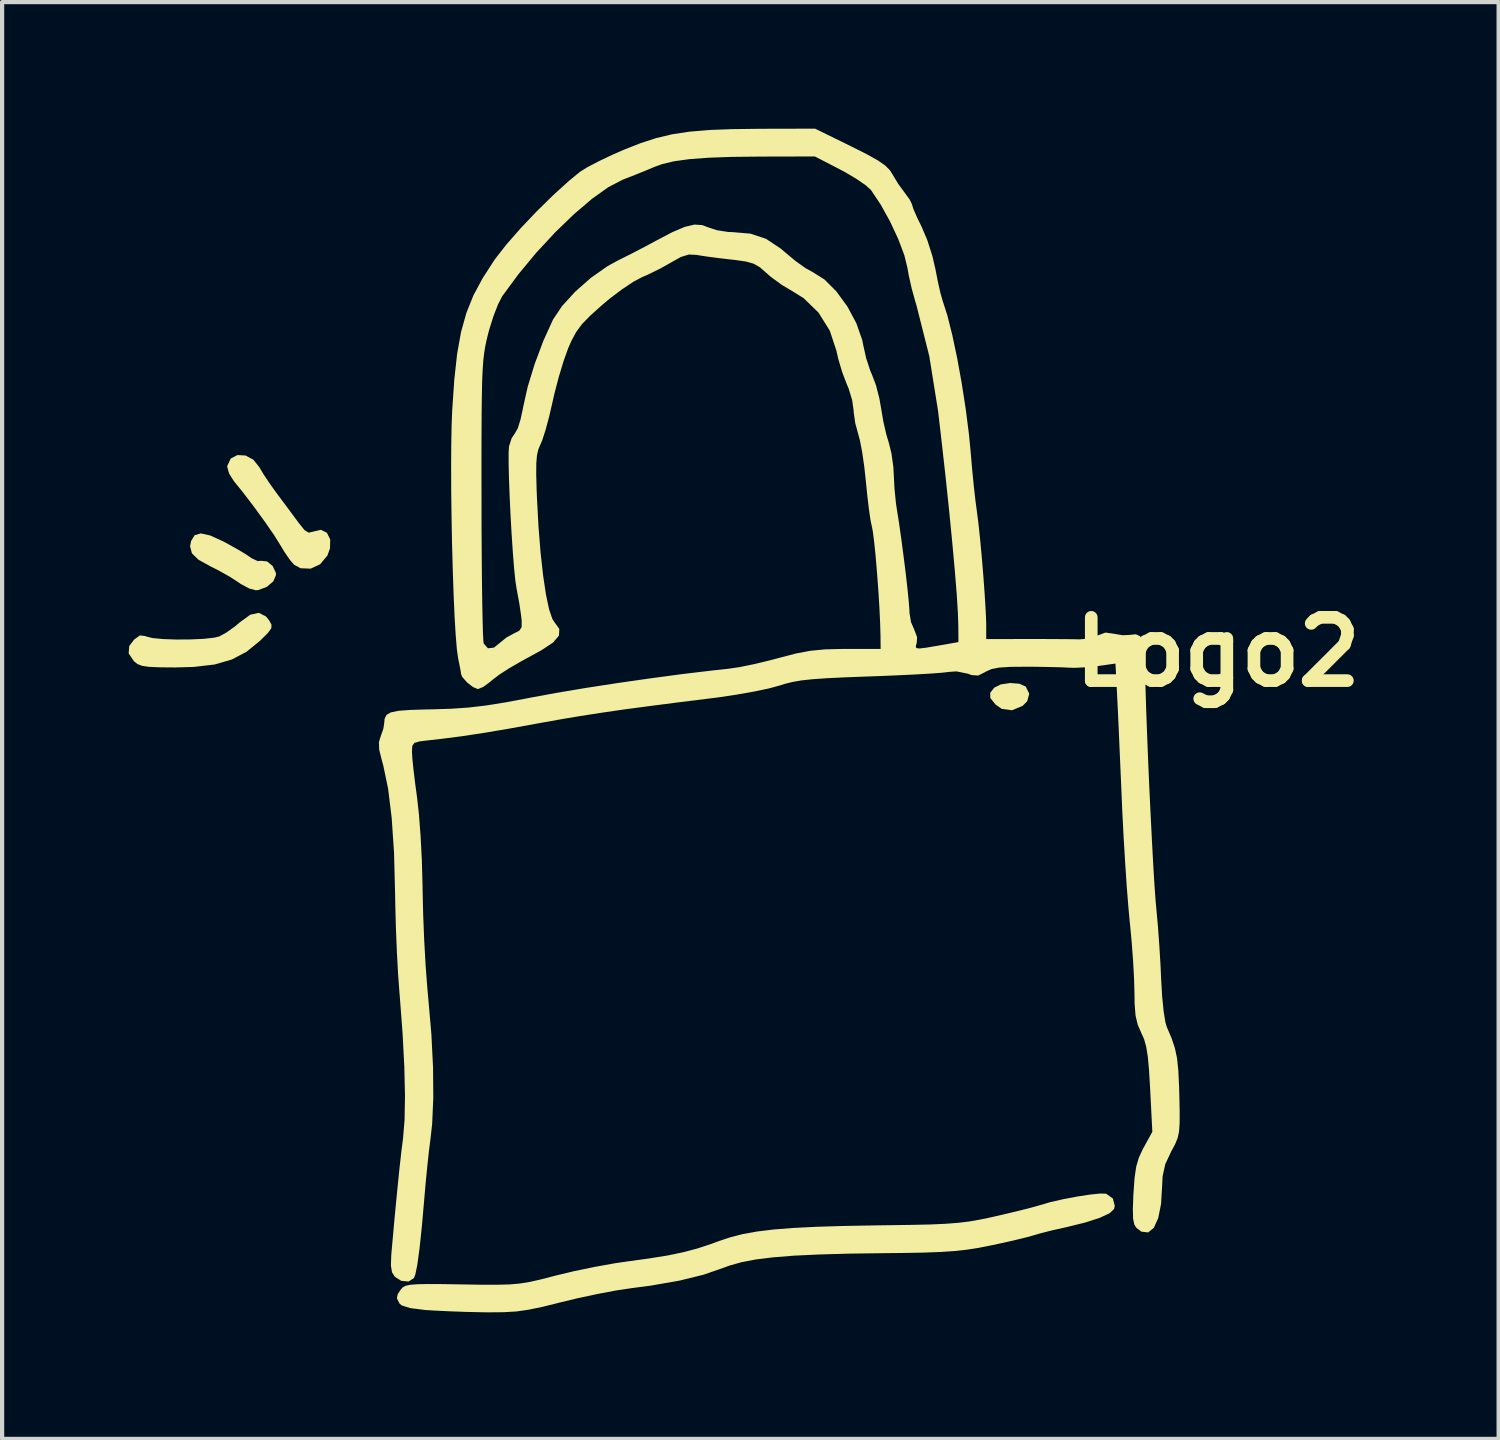
<source format=kicad_pcb>
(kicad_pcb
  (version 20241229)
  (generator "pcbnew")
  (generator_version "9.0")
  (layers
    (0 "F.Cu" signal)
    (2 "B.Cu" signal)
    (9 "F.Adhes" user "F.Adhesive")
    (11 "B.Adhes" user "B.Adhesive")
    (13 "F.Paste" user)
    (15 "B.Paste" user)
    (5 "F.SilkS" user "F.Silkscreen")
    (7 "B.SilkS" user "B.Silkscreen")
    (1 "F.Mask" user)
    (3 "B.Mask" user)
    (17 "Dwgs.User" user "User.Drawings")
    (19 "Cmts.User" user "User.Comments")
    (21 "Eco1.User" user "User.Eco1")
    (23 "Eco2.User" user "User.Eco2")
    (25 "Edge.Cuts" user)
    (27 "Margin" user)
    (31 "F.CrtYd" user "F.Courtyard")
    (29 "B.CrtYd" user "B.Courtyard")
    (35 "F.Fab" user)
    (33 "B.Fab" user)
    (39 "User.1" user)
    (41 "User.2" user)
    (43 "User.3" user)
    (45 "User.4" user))
  (footprint "Logo2"
    (layer "F.Cu")
    (at 25.82 12.407)
    (property "Reference" "Logo2" (at 0 0 0) (layer "F.SilkS") (effects (font (size 1.5 1.5) (thickness 0.3))))
    (attr board_only exclude_from_pos_files exclude_from_bom)
    (fp_poly (pts (xy -4.703 0.752) (xy -4.553 0.82) (xy -4.47 0.989) (xy -4.518 1.167) (xy -4.628 1.277) (xy -4.88 1.381) (xy -5.122 1.348) (xy -5.27 1.244) (xy -5.393 1.091) (xy -5.395 0.967) (xy -5.302 0.847) (xy -5.145 0.768) (xy -4.923 0.735)) (stroke (width 0) (type solid)) (fill yes) (layer "F.SilkS"))
    (fp_poly (pts (xy -23.885 -2.762) (xy -23.568 -2.617) (xy -23.522 -2.592) (xy -23.265 -2.45) (xy -23.048 -2.321) (xy -22.913 -2.23) (xy -22.904 -2.222) (xy -22.761 -2.156) (xy -22.675 -2.162) (xy -22.537 -2.147) (xy -22.406 -2.038) (xy -22.331 -1.879) (xy -22.326 -1.829) (xy -22.39 -1.676) (xy -22.547 -1.543) (xy -22.745 -1.469) (xy -22.807 -1.464) (xy -22.963 -1.506) (xy -23.159 -1.611) (xy -23.212 -1.648) (xy -23.418 -1.782) (xy -23.689 -1.934) (xy -23.882 -2.031) (xy -24.165 -2.188) (xy -24.32 -2.339) (xy -24.364 -2.504) (xy -24.34 -2.631) (xy -24.256 -2.769) (xy -24.109 -2.812)) (stroke (width 0) (type solid)) (fill yes) (layer "F.SilkS"))
    (fp_poly (pts (xy -23.052 -4.659) (xy -22.864 -4.559) (xy -22.724 -4.384) (xy -22.619 -4.208) (xy -22.46 -3.971) (xy -22.296 -3.744) (xy -22.102 -3.485) (xy -21.912 -3.228) (xy -21.785 -3.056) (xy -21.65 -2.889) (xy -21.551 -2.829) (xy -21.451 -2.853) (xy -21.449 -2.854) (xy -21.261 -2.897) (xy -21.12 -2.826) (xy -21.042 -2.669) (xy -21.047 -2.456) (xy -21.109 -2.286) (xy -21.281 -2.08) (xy -21.507 -1.976) (xy -21.745 -1.986) (xy -21.897 -2.068) (xy -21.996 -2.182) (xy -22.127 -2.373) (xy -22.208 -2.508) (xy -22.368 -2.765) (xy -22.595 -3.094) (xy -22.858 -3.455) (xy -23.129 -3.809) (xy -23.328 -4.054) (xy -23.439 -4.232) (xy -23.484 -4.393) (xy -23.482 -4.413) (xy -23.4 -4.587) (xy -23.243 -4.669)) (stroke (width 0) (type solid)) (fill yes) (layer "F.SilkS"))
    (fp_poly (pts (xy -22.563 -0.841) (xy -22.488 -0.748) (xy -22.434 -0.649) (xy -22.438 -0.563) (xy -22.517 -0.454) (xy -22.686 -0.285) (xy -22.702 -0.27) (xy -23.024 -0.007) (xy -23.375 0.178) (xy -23.783 0.296) (xy -24.28 0.354) (xy -24.711 0.366) (xy -25.081 0.363) (xy -25.334 0.352) (xy -25.5 0.328) (xy -25.608 0.287) (xy -25.689 0.224) (xy -25.693 0.22) (xy -25.82 0.034) (xy -25.806 -0.143) (xy -25.691 -0.294) (xy -25.553 -0.394) (xy -25.424 -0.378) (xy -25.403 -0.368) (xy -25.256 -0.331) (xy -25.005 -0.307) (xy -24.691 -0.296) (xy -24.357 -0.298) (xy -24.044 -0.312) (xy -23.793 -0.34) (xy -23.672 -0.369) (xy -23.499 -0.464) (xy -23.287 -0.617) (xy -23.186 -0.703) (xy -22.937 -0.884) (xy -22.733 -0.929)) (stroke (width 0) (type solid)) (fill yes) (layer "F.SilkS"))
    (fp_poly (pts (xy -2.649 12.842) (xy -2.644 12.844) (xy -2.488 12.956) (xy -2.442 13.13) (xy -2.459 13.204) (xy -2.565 13.305) (xy -2.8 13.414) (xy -3.146 13.526) (xy -3.586 13.634) (xy -3.623 13.642) (xy -3.916 13.708) (xy -4.182 13.774) (xy -4.355 13.825) (xy -4.516 13.87) (xy -4.781 13.935) (xy -5.109 14.01) (xy -5.38 14.068) (xy -5.673 14.126) (xy -5.95 14.169) (xy -6.24 14.201) (xy -6.571 14.223) (xy -6.973 14.238) (xy -7.473 14.247) (xy -7.869 14.251) (xy -8.72 14.262) (xy -9.439 14.282) (xy -10.041 14.31) (xy -10.541 14.35) (xy -10.954 14.401) (xy -11.293 14.466) (xy -11.574 14.545) (xy -11.707 14.594) (xy -12.192 14.762) (xy -12.761 14.902) (xy -13.437 15.02) (xy -13.908 15.082) (xy -14.259 15.135) (xy -14.695 15.217) (xy -15.158 15.315) (xy -15.572 15.415) (xy -15.998 15.521) (xy -16.332 15.591) (xy -16.625 15.633) (xy -16.925 15.651) (xy -17.282 15.654) (xy -17.402 15.653) (xy -17.81 15.644) (xy -18.228 15.629) (xy -18.597 15.611) (xy -18.797 15.598) (xy -19.143 15.554) (xy -19.347 15.49) (xy -19.399 15.445) (xy -19.461 15.323) (xy -19.442 15.223) (xy -19.367 15.111) (xy -19.321 15.061) (xy -19.256 15.025) (xy -19.148 15.001) (xy -18.978 14.988) (xy -18.724 14.983) (xy -18.364 14.985) (xy -17.921 14.992) (xy -17.441 15) (xy -17.073 15) (xy -16.786 14.992) (xy -16.544 14.971) (xy -16.316 14.934) (xy -16.066 14.878) (xy -15.763 14.8) (xy -15.711 14.786) (xy -15.266 14.679) (xy -14.767 14.576) (xy -14.289 14.49) (xy -14.028 14.452) (xy -13.477 14.376) (xy -13.035 14.305) (xy -12.667 14.228) (xy -12.336 14.14) (xy -12.005 14.031) (xy -11.822 13.963) (xy -11.554 13.874) (xy -11.262 13.799) (xy -10.929 13.739) (xy -10.537 13.691) (xy -10.07 13.654) (xy -9.511 13.626) (xy -8.844 13.606) (xy -8.051 13.592) (xy -7.832 13.589) (xy -7.263 13.581) (xy -6.812 13.571) (xy -6.451 13.555) (xy -6.154 13.532) (xy -5.891 13.5) (xy -5.634 13.455) (xy -5.357 13.397) (xy -5.27 13.377) (xy -4.915 13.294) (xy -4.592 13.215) (xy -4.34 13.149) (xy -4.209 13.111) (xy -3.964 13.04) (xy -3.66 12.971) (xy -3.337 12.91) (xy -3.034 12.863) (xy -2.792 12.838)) (stroke (width 0) (type solid)) (fill yes) (layer "F.SilkS"))
    (fp_poly (pts (xy -8.693 -11.988) (xy -8.319 -11.8) (xy -8.057 -11.653) (xy -7.883 -11.532) (xy -7.772 -11.42) (xy -7.715 -11.329) (xy -7.575 -11.096) (xy -7.419 -10.883) (xy -7.305 -10.727) (xy -7.248 -10.611) (xy -7.247 -10.599) (xy -7.215 -10.499) (xy -7.133 -10.31) (xy -7.018 -10.074) (xy -6.885 -9.76) (xy -6.766 -9.387) (xy -6.694 -9.075) (xy -6.636 -8.779) (xy -6.577 -8.516) (xy -6.527 -8.34) (xy -6.524 -8.331) (xy -6.411 -7.978) (xy -6.294 -7.512) (xy -6.178 -6.964) (xy -6.07 -6.367) (xy -5.975 -5.754) (xy -5.899 -5.157) (xy -5.858 -4.73) (xy -5.823 -4.324) (xy -5.783 -3.923) (xy -5.744 -3.576) (xy -5.712 -3.34) (xy -5.677 -3.069) (xy -5.637 -2.696) (xy -5.596 -2.26) (xy -5.558 -1.801) (xy -5.526 -1.357) (xy -5.502 -0.968) (xy -5.49 -0.674) (xy -5.49 -0.611) (xy -5.49 -0.307) (xy -4.52 -0.308) (xy -4.13 -0.308) (xy -3.769 -0.306) (xy -3.473 -0.304) (xy -3.283 -0.3) (xy -3.272 -0.3) (xy -3.046 -0.32) (xy -2.861 -0.383) (xy -2.844 -0.394) (xy -2.663 -0.461) (xy -2.47 -0.434) (xy -2.26 -0.398) (xy -2.092 -0.405) (xy -1.943 -0.421) (xy -1.84 -0.373) (xy -1.776 -0.241) (xy -1.74 -0.005) (xy -1.724 0.354) (xy -1.723 0.414) (xy -1.714 0.845) (xy -1.698 1.366) (xy -1.676 1.952) (xy -1.651 2.581) (xy -1.623 3.228) (xy -1.592 3.868) (xy -1.561 4.479) (xy -1.531 5.035) (xy -1.502 5.514) (xy -1.475 5.89) (xy -1.455 6.112) (xy -1.42 6.498) (xy -1.386 6.964) (xy -1.357 7.442) (xy -1.343 7.759) (xy -1.319 8.173) (xy -1.283 8.525) (xy -1.241 8.784) (xy -1.207 8.895) (xy -1.094 9.159) (xy -1.017 9.391) (xy -0.966 9.632) (xy -0.936 9.921) (xy -0.918 10.299) (xy -0.912 10.504) (xy -0.904 10.895) (xy -0.905 11.173) (xy -0.919 11.371) (xy -0.952 11.522) (xy -1.008 11.66) (xy -1.092 11.818) (xy -1.104 11.839) (xy -1.246 12.143) (xy -1.309 12.432) (xy -1.319 12.644) (xy -1.345 13.083) (xy -1.413 13.422) (xy -1.517 13.651) (xy -1.652 13.76) (xy -1.812 13.741) (xy -1.929 13.652) (xy -1.98 13.57) (xy -2.008 13.433) (xy -2.014 13.212) (xy -2.002 12.877) (xy -1.999 12.829) (xy -1.973 12.464) (xy -1.934 12.199) (xy -1.872 11.988) (xy -1.778 11.784) (xy -1.756 11.745) (xy -1.552 11.375) (xy -1.604 10.354) (xy -1.63 9.916) (xy -1.659 9.595) (xy -1.697 9.359) (xy -1.747 9.179) (xy -1.816 9.025) (xy -1.9 8.831) (xy -1.95 8.618) (xy -1.972 8.34) (xy -1.976 8.073) (xy -1.985 7.747) (xy -2.008 7.328) (xy -2.042 6.87) (xy -2.084 6.425) (xy -2.087 6.405) (xy -2.121 6.034) (xy -2.159 5.552) (xy -2.196 4.995) (xy -2.232 4.399) (xy -2.263 3.801) (xy -2.277 3.477) (xy -2.301 2.921) (xy -2.325 2.376) (xy -2.347 1.869) (xy -2.367 1.431) (xy -2.384 1.089) (xy -2.392 0.924) (xy -2.426 0.274) (xy -2.842 0.332) (xy -3.126 0.362) (xy -3.395 0.375) (xy -3.514 0.372) (xy -3.696 0.363) (xy -3.979 0.356) (xy -4.319 0.35) (xy -4.543 0.349) (xy -4.919 0.352) (xy -5.182 0.369) (xy -5.362 0.404) (xy -5.492 0.46) (xy -5.513 0.474) (xy -5.68 0.558) (xy -5.834 0.547) (xy -5.929 0.513) (xy -6.197 0.459) (xy -6.386 0.473) (xy -6.527 0.49) (xy -6.791 0.51) (xy -7.15 0.531) (xy -7.582 0.552) (xy -8.061 0.572) (xy -8.271 0.579) (xy -8.831 0.6) (xy -9.269 0.621) (xy -9.607 0.645) (xy -9.871 0.673) (xy -10.083 0.71) (xy -10.267 0.756) (xy -10.394 0.796) (xy -10.64 0.863) (xy -10.991 0.937) (xy -11.406 1.01) (xy -11.845 1.076) (xy -12.005 1.096) (xy -12.819 1.197) (xy -13.513 1.287) (xy -14.112 1.367) (xy -14.64 1.444) (xy -15.123 1.519) (xy -15.586 1.597) (xy -16.054 1.681) (xy -16.104 1.69) (xy -16.815 1.819) (xy -17.416 1.92) (xy -17.938 1.999) (xy -18.415 2.06) (xy -18.684 2.09) (xy -18.92 2.118) (xy -19.046 2.155) (xy -19.096 2.224) (xy -19.104 2.349) (xy -19.104 2.366) (xy -19.094 2.532) (xy -19.066 2.802) (xy -19.025 3.138) (xy -18.984 3.44) (xy -18.938 3.853) (xy -18.899 4.368) (xy -18.869 4.942) (xy -18.853 5.531) (xy -18.851 5.673) (xy -18.838 6.222) (xy -18.814 6.826) (xy -18.78 7.429) (xy -18.739 7.973) (xy -18.715 8.235) (xy -18.643 9.067) (xy -18.604 9.853) (xy -18.598 10.568) (xy -18.625 11.186) (xy -18.665 11.546) (xy -18.701 11.827) (xy -18.741 12.2) (xy -18.781 12.611) (xy -18.808 12.92) (xy -18.867 13.597) (xy -18.923 14.129) (xy -18.975 14.516) (xy -19.024 14.758) (xy -19.056 14.841) (xy -19.183 14.924) (xy -19.358 14.907) (xy -19.508 14.812) (xy -19.576 14.707) (xy -19.603 14.548) (xy -19.594 14.294) (xy -19.59 14.244) (xy -19.519 13.455) (xy -19.456 12.796) (xy -19.401 12.255) (xy -19.352 11.817) (xy -19.315 11.529) (xy -19.279 11.091) (xy -19.269 10.521) (xy -19.285 9.834) (xy -19.326 9.042) (xy -19.393 8.157) (xy -19.402 8.052) (xy -19.433 7.631) (xy -19.461 7.115) (xy -19.484 6.555) (xy -19.499 6.003) (xy -19.504 5.71) (xy -19.529 4.753) (xy -19.585 3.927) (xy -19.67 3.236) (xy -19.785 2.684) (xy -19.815 2.578) (xy -19.88 2.318) (xy -19.887 2.139) (xy -19.848 2.007) (xy -19.783 1.823) (xy -19.763 1.698) (xy -19.751 1.577) (xy -19.705 1.489) (xy -19.603 1.431) (xy -19.424 1.394) (xy -19.147 1.373) (xy -18.751 1.361) (xy -18.62 1.359) (xy -18.173 1.345) (xy -17.766 1.317) (xy -17.356 1.269) (xy -16.898 1.196) (xy -16.347 1.093) (xy -16.287 1.081) (xy -15.697 0.972) (xy -15.002 0.855) (xy -14.244 0.738) (xy -13.463 0.626) (xy -12.701 0.524) (xy -11.999 0.44) (xy -11.602 0.397) (xy -11.339 0.358) (xy -10.99 0.287) (xy -10.612 0.196) (xy -10.402 0.14) (xy -9.999 0.035) (xy -9.659 -0.029) (xy -9.316 -0.062) (xy -8.903 -0.073) (xy -8.817 -0.073) (xy -7.993 -0.073) (xy -7.996 -0.384) (xy -8.005 -0.693) (xy -8.023 -1.07) (xy -8.049 -1.481) (xy -8.08 -1.898) (xy -8.113 -2.287) (xy -8.147 -2.618) (xy -8.178 -2.858) (xy -8.199 -2.965) (xy -8.233 -3.126) (xy -8.272 -3.393) (xy -8.311 -3.727) (xy -8.341 -4.026) (xy -8.381 -4.395) (xy -8.431 -4.74) (xy -8.484 -5.018) (xy -8.523 -5.161) (xy -8.595 -5.425) (xy -8.633 -5.695) (xy -8.634 -5.732) (xy -8.668 -5.969) (xy -8.751 -6.244) (xy -8.797 -6.354) (xy -8.902 -6.628) (xy -8.999 -6.954) (xy -9.041 -7.142) (xy -9.199 -7.619) (xy -9.466 -8.046) (xy -9.818 -8.388) (xy -10.065 -8.542) (xy -10.336 -8.703) (xy -10.602 -8.898) (xy -10.701 -8.985) (xy -10.855 -9.12) (xy -11.002 -9.205) (xy -11.19 -9.258) (xy -11.466 -9.297) (xy -11.543 -9.305) (xy -11.854 -9.341) (xy -12.139 -9.379) (xy -12.342 -9.411) (xy -12.356 -9.414) (xy -12.54 -9.423) (xy -12.729 -9.365) (xy -12.941 -9.246) (xy -13.221 -9.089) (xy -13.527 -8.939) (xy -13.642 -8.89) (xy -13.851 -8.78) (xy -14.124 -8.598) (xy -14.419 -8.375) (xy -14.593 -8.229) (xy -14.876 -7.975) (xy -15.073 -7.773) (xy -15.213 -7.583) (xy -15.327 -7.369) (xy -15.399 -7.205) (xy -15.507 -6.904) (xy -15.623 -6.522) (xy -15.728 -6.12) (xy -15.771 -5.929) (xy -15.851 -5.583) (xy -15.936 -5.266) (xy -16.015 -5.022) (xy -16.058 -4.92) (xy -16.108 -4.804) (xy -16.14 -4.665) (xy -16.156 -4.476) (xy -16.158 -4.209) (xy -16.148 -3.835) (xy -16.14 -3.639) (xy -16.104 -2.971) (xy -16.055 -2.358) (xy -15.995 -1.816) (xy -15.927 -1.362) (xy -15.853 -1.012) (xy -15.775 -0.782) (xy -15.725 -0.707) (xy -15.61 -0.546) (xy -15.619 -0.389) (xy -15.758 -0.225) (xy -16.033 -0.043) (xy -16.108 -0.002) (xy -16.512 0.219) (xy -16.81 0.392) (xy -17.031 0.535) (xy -17.199 0.662) (xy -17.259 0.714) (xy -17.413 0.827) (xy -17.537 0.878) (xy -17.542 0.878) (xy -17.659 0.83) (xy -17.802 0.717) (xy -17.911 0.592) (xy -17.937 0.531) (xy -17.953 0.431) (xy -17.99 0.244) (xy -18.01 0.146) (xy -18.039 -0.064) (xy -18.067 -0.398) (xy -18.093 -0.835) (xy -18.116 -1.353) (xy -18.136 -1.93) (xy -18.153 -2.544) (xy -18.165 -3.173) (xy -18.173 -3.795) (xy -18.175 -4.389) (xy -18.175 -4.473) (xy -17.456 -4.473) (xy -17.455 -3.701) (xy -17.455 -3.623) (xy -17.454 -2.939) (xy -17.45 -2.297) (xy -17.445 -1.713) (xy -17.438 -1.203) (xy -17.43 -0.78) (xy -17.421 -0.462) (xy -17.411 -0.263) (xy -17.403 -0.201) (xy -17.303 -0.088) (xy -17.16 -0.104) (xy -17.025 -0.213) (xy -16.862 -0.345) (xy -16.687 -0.44) (xy -16.559 -0.505) (xy -16.504 -0.589) (xy -16.503 -0.742) (xy -16.517 -0.868) (xy -16.559 -1.155) (xy -16.612 -1.441) (xy -16.624 -1.501) (xy -16.652 -1.686) (xy -16.682 -1.982) (xy -16.712 -2.36) (xy -16.741 -2.79) (xy -16.767 -3.245) (xy -16.788 -3.696) (xy -16.804 -4.113) (xy -16.812 -4.47) (xy -16.812 -4.736) (xy -16.802 -4.879) (xy -16.741 -5.068) (xy -16.657 -5.194) (xy -16.595 -5.304) (xy -16.529 -5.516) (xy -16.471 -5.785) (xy -16.468 -5.805) (xy -16.361 -6.284) (xy -16.195 -6.827) (xy -15.99 -7.374) (xy -15.767 -7.866) (xy -15.761 -7.879) (xy -15.546 -8.201) (xy -15.233 -8.543) (xy -14.862 -8.87) (xy -14.47 -9.146) (xy -14.222 -9.282) (xy -13.927 -9.429) (xy -13.586 -9.606) (xy -13.322 -9.748) (xy -12.932 -9.953) (xy -12.635 -10.079) (xy -12.406 -10.133) (xy -12.219 -10.12) (xy -12.086 -10.069) (xy -11.874 -9.999) (xy -11.608 -9.958) (xy -11.514 -9.955) (xy -11.078 -9.918) (xy -10.712 -9.796) (xy -10.365 -9.567) (xy -10.233 -9.454) (xy -10 -9.261) (xy -9.772 -9.099) (xy -9.608 -9.009) (xy -9.325 -8.832) (xy -9.041 -8.547) (xy -8.781 -8.19) (xy -8.569 -7.795) (xy -8.43 -7.399) (xy -8.403 -7.265) (xy -8.337 -6.968) (xy -8.241 -6.675) (xy -8.193 -6.561) (xy -8.102 -6.32) (xy -8.023 -6.011) (xy -7.983 -5.783) (xy -7.93 -5.469) (xy -7.858 -5.156) (xy -7.804 -4.978) (xy -7.737 -4.711) (xy -7.692 -4.39) (xy -7.682 -4.209) (xy -7.665 -3.878) (xy -7.63 -3.527) (xy -7.606 -3.367) (xy -7.556 -3.054) (xy -7.503 -2.677) (xy -7.449 -2.269) (xy -7.398 -1.862) (xy -7.356 -1.49) (xy -7.325 -1.184) (xy -7.31 -0.976) (xy -7.309 -0.927) (xy -7.272 -0.704) (xy -7.202 -0.546) (xy -7.129 -0.353) (xy -7.136 -0.223) (xy -7.16 -0.139) (xy -7.148 -0.094) (xy -7.073 -0.083) (xy -6.909 -0.103) (xy -6.629 -0.151) (xy -6.612 -0.154) (xy -6.149 -0.235) (xy -6.151 -0.611) (xy -6.162 -0.937) (xy -6.191 -1.392) (xy -6.237 -1.961) (xy -6.298 -2.628) (xy -6.372 -3.379) (xy -6.458 -4.196) (xy -6.556 -5.065) (xy -6.631 -5.71) (xy -6.839 -7.011) (xy -7.144 -8.22) (xy -7.171 -8.308) (xy -7.256 -8.615) (xy -7.327 -8.93) (xy -7.356 -9.099) (xy -7.432 -9.409) (xy -7.577 -9.793) (xy -7.769 -10.205) (xy -7.99 -10.604) (xy -8.219 -10.947) (xy -8.224 -10.954) (xy -8.35 -11.067) (xy -8.569 -11.218) (xy -8.841 -11.379) (xy -8.956 -11.44) (xy -9.552 -11.748) (xy -10.833 -11.745) (xy -11.52 -11.738) (xy -12.078 -11.718) (xy -12.527 -11.684) (xy -12.885 -11.635) (xy -13.169 -11.568) (xy -13.359 -11.499) (xy -13.588 -11.403) (xy -13.882 -11.285) (xy -14.113 -11.195) (xy -14.447 -11.021) (xy -14.838 -10.742) (xy -15.266 -10.377) (xy -15.711 -9.946) (xy -16.155 -9.468) (xy -16.575 -8.962) (xy -16.954 -8.449) (xy -16.967 -8.429) (xy -17.063 -8.242) (xy -17.171 -7.964) (xy -17.271 -7.646) (xy -17.297 -7.55) (xy -17.335 -7.394) (xy -17.367 -7.245) (xy -17.392 -7.087) (xy -17.413 -6.906) (xy -17.428 -6.686) (xy -17.44 -6.412) (xy -17.447 -6.069) (xy -17.452 -5.641) (xy -17.455 -5.114) (xy -17.456 -4.473) (xy -18.175 -4.473) (xy -18.172 -4.931) (xy -18.163 -5.402) (xy -18.15 -5.729) (xy -18.1 -6.458) (xy -18.033 -7.069) (xy -17.94 -7.587) (xy -17.813 -8.041) (xy -17.646 -8.456) (xy -17.429 -8.86) (xy -17.157 -9.281) (xy -17.118 -9.336) (xy -16.866 -9.659) (xy -16.533 -10.039) (xy -16.153 -10.44) (xy -15.758 -10.828) (xy -15.382 -11.169) (xy -15.12 -11.384) (xy -14.949 -11.491) (xy -14.682 -11.631) (xy -14.357 -11.786) (xy -14.077 -11.909) (xy -13.682 -12.064) (xy -13.312 -12.184) (xy -12.938 -12.273) (xy -12.531 -12.335) (xy -12.063 -12.375) (xy -11.506 -12.396) (xy -10.831 -12.404) (xy -9.547 -12.407)) (stroke (width 0) (type solid)) (fill yes) (layer "F.SilkS")))
  (gr_rect
    (start -3 -3)
    (end 32.478 31.061)
    (stroke (width 0.1) (type default))
    (fill no)
    (layer "Edge.Cuts")))
</source>
